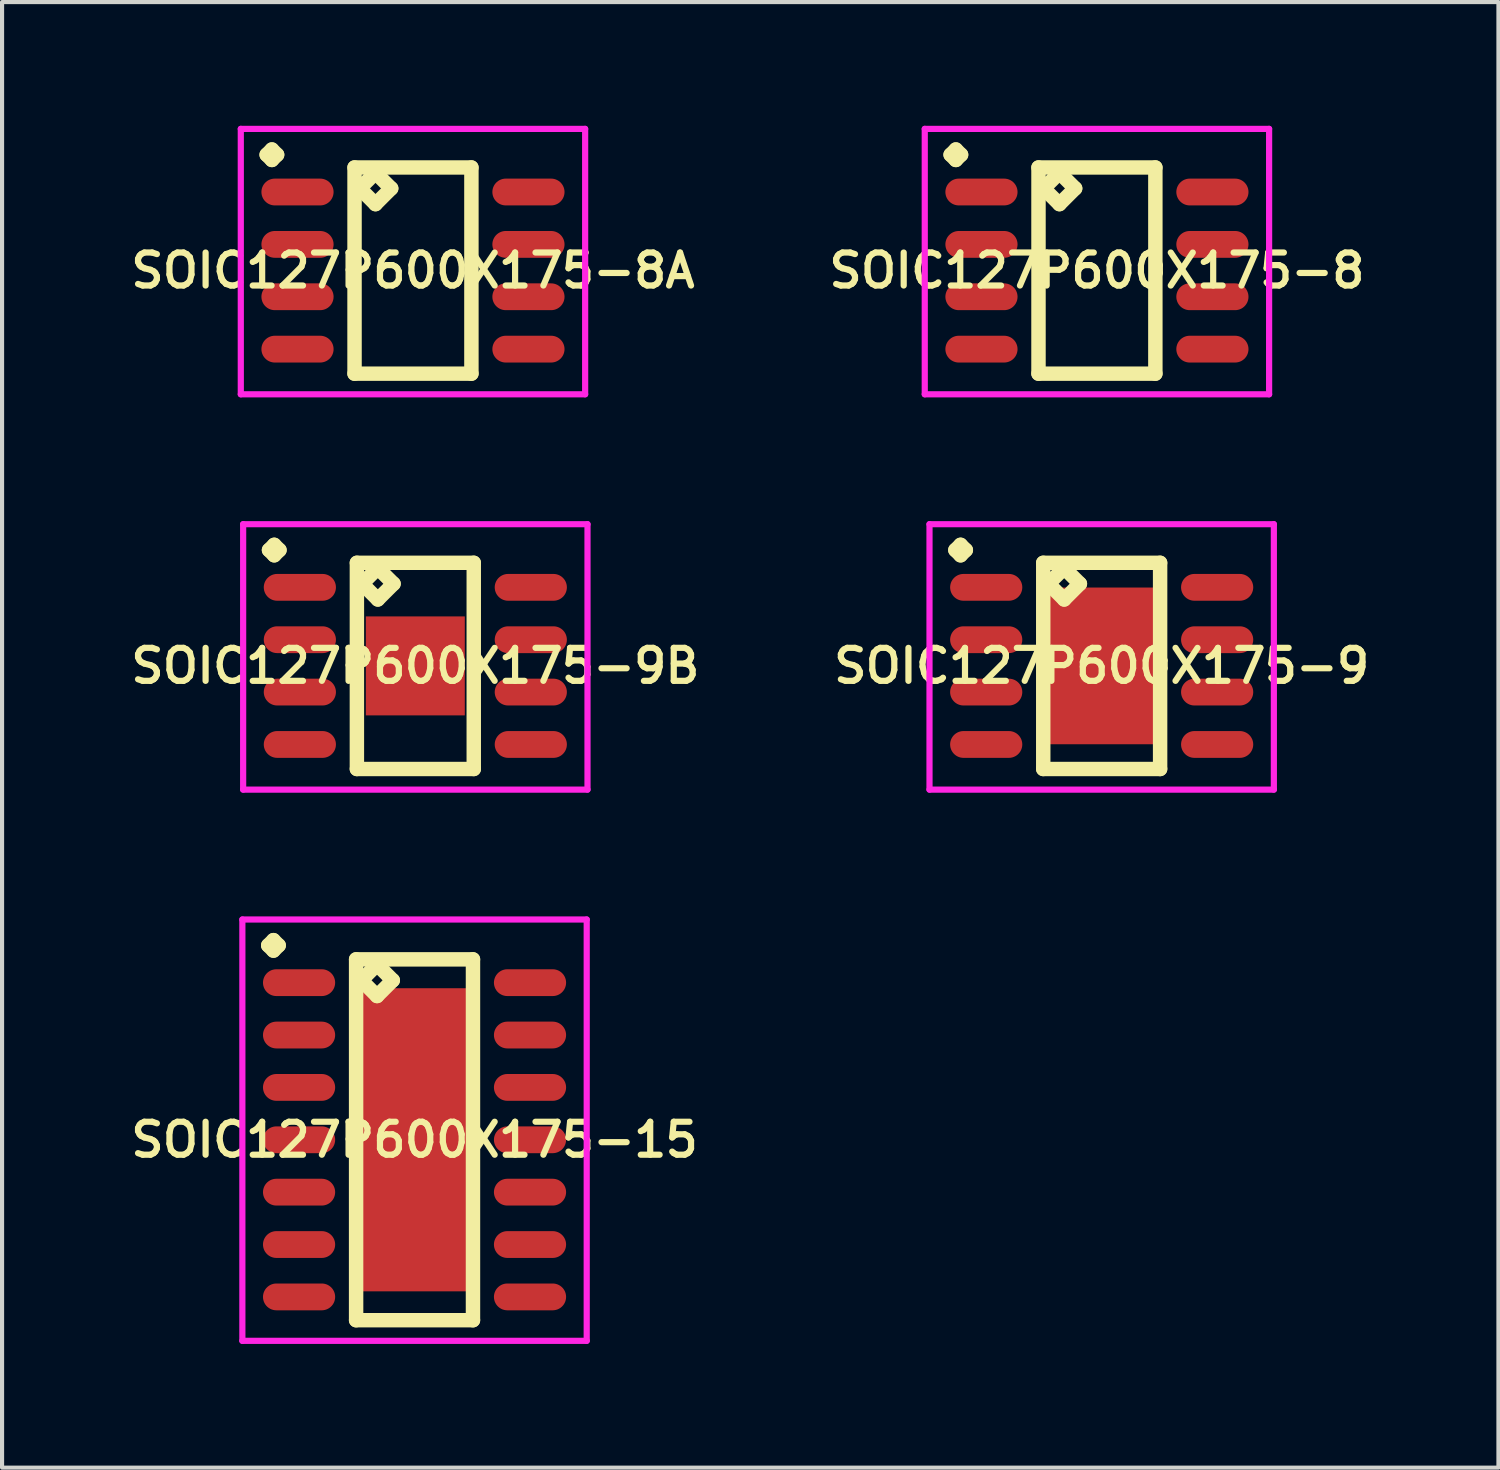
<source format=kicad_pcb>
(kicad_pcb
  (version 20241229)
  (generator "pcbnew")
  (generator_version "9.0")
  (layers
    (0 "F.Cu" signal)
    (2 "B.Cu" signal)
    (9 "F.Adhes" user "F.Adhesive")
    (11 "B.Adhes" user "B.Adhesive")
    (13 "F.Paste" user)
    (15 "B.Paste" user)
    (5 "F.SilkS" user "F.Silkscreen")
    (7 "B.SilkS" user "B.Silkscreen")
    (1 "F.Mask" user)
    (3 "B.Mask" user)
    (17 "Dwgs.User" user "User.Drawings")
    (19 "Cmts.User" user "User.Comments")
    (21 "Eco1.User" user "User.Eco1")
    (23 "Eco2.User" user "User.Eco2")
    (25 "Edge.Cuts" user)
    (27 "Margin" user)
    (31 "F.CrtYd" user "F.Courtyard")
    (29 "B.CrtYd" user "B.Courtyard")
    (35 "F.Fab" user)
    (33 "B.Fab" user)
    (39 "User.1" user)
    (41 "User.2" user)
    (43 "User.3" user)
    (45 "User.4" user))
  (footprint "SOIC127P600X175-15"
    (layer "F.Cu")
    (at 7.002 24.588)
    (property "Reference" "SOIC127P600X175-15" (at 0 0 0) (layer "F.SilkS") (effects (font (size 0.8 0.8) (thickness 0.15))))
    (attr through_hole)
    (fp_line (start -3.548 -4.714) (end -3.421 -4.841) (stroke (width 0.35) (type solid)) (layer "F.SilkS"))
    (fp_line (start -3.421 -4.841) (end -3.294 -4.714) (stroke (width 0.35) (type solid)) (layer "F.SilkS"))
    (fp_line (start -3.421 -4.587) (end -3.548 -4.714) (stroke (width 0.35) (type solid)) (layer "F.SilkS"))
    (fp_line (start -3.294 -4.714) (end -3.421 -4.587) (stroke (width 0.35) (type solid)) (layer "F.SilkS"))
    (fp_line (start -1.417 -4.375) (end -1.417 4.375) (stroke (width 0.35) (type solid)) (layer "F.SilkS"))
    (fp_line (start -1.417 4.375) (end 1.417 4.375) (stroke (width 0.35) (type solid)) (layer "F.SilkS"))
    (fp_line (start -1.29 -3.867) (end -0.909 -4.248) (stroke (width 0.35) (type solid)) (layer "F.SilkS"))
    (fp_line (start -0.909 -4.248) (end -0.528 -3.867) (stroke (width 0.35) (type solid)) (layer "F.SilkS"))
    (fp_line (start -0.909 -3.486) (end -1.29 -3.867) (stroke (width 0.35) (type solid)) (layer "F.SilkS"))
    (fp_line (start -0.528 -3.867) (end -0.909 -3.486) (stroke (width 0.35) (type solid)) (layer "F.SilkS"))
    (fp_line (start 1.417 -4.375) (end -1.417 -4.375) (stroke (width 0.35) (type solid)) (layer "F.SilkS"))
    (fp_line (start 1.417 4.375) (end 1.417 -4.375) (stroke (width 0.35) (type solid)) (layer "F.SilkS"))
    (fp_line (start -4.175 -5.341) (end 4.175 -5.341) (stroke (width 0.15) (type solid)) (layer "F.CrtYd"))
    (fp_line (start -4.175 4.875) (end -4.175 -5.341) (stroke (width 0.15) (type solid)) (layer "F.CrtYd"))
    (fp_line (start 4.175 -5.341) (end 4.175 4.875) (stroke (width 0.15) (type solid)) (layer "F.CrtYd"))
    (fp_line (start 4.175 4.875) (end -4.175 4.875) (stroke (width 0.15) (type solid)) (layer "F.CrtYd"))
    (pad "1" smd oval (at -2.8 -3.81) (size 1.75 0.65) (layers "F.Cu" "F.Mask" "F.Paste"))
    (pad "2" smd oval (at -2.8 -2.54) (size 1.75 0.65) (layers "F.Cu" "F.Mask" "F.Paste"))
    (pad "3" smd oval (at -2.8 -1.27) (size 1.75 0.65) (layers "F.Cu" "F.Mask" "F.Paste"))
    (pad "4" smd oval (at -2.8 0) (size 1.75 0.65) (layers "F.Cu" "F.Mask" "F.Paste"))
    (pad "5" smd oval (at -2.8 1.27) (size 1.75 0.65) (layers "F.Cu" "F.Mask" "F.Paste"))
    (pad "6" smd oval (at -2.8 2.54) (size 1.75 0.65) (layers "F.Cu" "F.Mask" "F.Paste"))
    (pad "7" smd oval (at -2.8 3.81) (size 1.75 0.65) (layers "F.Cu" "F.Mask" "F.Paste"))
    (pad "8" smd oval (at 2.8 3.81) (size 1.75 0.65) (layers "F.Cu" "F.Mask" "F.Paste"))
    (pad "9" smd oval (at 2.8 2.54) (size 1.75 0.65) (layers "F.Cu" "F.Mask" "F.Paste"))
    (pad "10" smd oval (at 2.8 1.27) (size 1.75 0.65) (layers "F.Cu" "F.Mask" "F.Paste"))
    (pad "11" smd oval (at 2.8 0) (size 1.75 0.65) (layers "F.Cu" "F.Mask" "F.Paste"))
    (pad "12" smd oval (at 2.8 -1.27) (size 1.75 0.65) (layers "F.Cu" "F.Mask" "F.Paste"))
    (pad "13" smd oval (at 2.8 -2.54) (size 1.75 0.65) (layers "F.Cu" "F.Mask" "F.Paste"))
    (pad "14" smd oval (at 2.8 -3.81) (size 1.75 0.65) (layers "F.Cu" "F.Mask" "F.Paste"))
    (pad "15" smd rect (at 0 0) (size 2.75 7.35) (layers "F.Cu" "F.Mask" "F.Paste")))
  (footprint "SOIC127P600X175-8A"
    (layer "F.Cu")
    (at 6.964 3.511)
    (property "Reference" "SOIC127P600X175-8A" (at 0 0 0) (layer "F.SilkS") (effects (font (size 0.8 0.8) (thickness 0.15))))
    (attr through_hole)
    (fp_line (start -3.548 -2.809) (end -3.421 -2.936) (stroke (width 0.35) (type solid)) (layer "F.SilkS"))
    (fp_line (start -3.421 -2.936) (end -3.294 -2.809) (stroke (width 0.35) (type solid)) (layer "F.SilkS"))
    (fp_line (start -3.421 -2.682) (end -3.548 -2.809) (stroke (width 0.35) (type solid)) (layer "F.SilkS"))
    (fp_line (start -3.294 -2.809) (end -3.421 -2.682) (stroke (width 0.35) (type solid)) (layer "F.SilkS"))
    (fp_line (start -1.417 -2.5) (end -1.417 2.5) (stroke (width 0.35) (type solid)) (layer "F.SilkS"))
    (fp_line (start -1.417 2.5) (end 1.417 2.5) (stroke (width 0.35) (type solid)) (layer "F.SilkS"))
    (fp_line (start -1.29 -1.992) (end -0.909 -2.373) (stroke (width 0.35) (type solid)) (layer "F.SilkS"))
    (fp_line (start -0.909 -2.373) (end -0.528 -1.992) (stroke (width 0.35) (type solid)) (layer "F.SilkS"))
    (fp_line (start -0.909 -1.611) (end -1.29 -1.992) (stroke (width 0.35) (type solid)) (layer "F.SilkS"))
    (fp_line (start -0.528 -1.992) (end -0.909 -1.611) (stroke (width 0.35) (type solid)) (layer "F.SilkS"))
    (fp_line (start 1.417 -2.5) (end -1.417 -2.5) (stroke (width 0.35) (type solid)) (layer "F.SilkS"))
    (fp_line (start 1.417 2.5) (end 1.417 -2.5) (stroke (width 0.35) (type solid)) (layer "F.SilkS"))
    (fp_line (start -4.175 -3.436) (end 4.175 -3.436) (stroke (width 0.15) (type solid)) (layer "F.CrtYd"))
    (fp_line (start -4.175 3) (end -4.175 -3.436) (stroke (width 0.15) (type solid)) (layer "F.CrtYd"))
    (fp_line (start 4.175 -3.436) (end 4.175 3) (stroke (width 0.15) (type solid)) (layer "F.CrtYd"))
    (fp_line (start 4.175 3) (end -4.175 3) (stroke (width 0.15) (type solid)) (layer "F.CrtYd"))
    (pad "1" smd oval (at -2.8 -1.905) (size 1.75 0.65) (layers "F.Cu" "F.Mask" "F.Paste"))
    (pad "2" smd oval (at -2.8 -0.635) (size 1.75 0.65) (layers "F.Cu" "F.Mask" "F.Paste"))
    (pad "3" smd oval (at -2.8 0.635) (size 1.75 0.65) (layers "F.Cu" "F.Mask" "F.Paste"))
    (pad "4" smd oval (at -2.8 1.905) (size 1.75 0.65) (layers "F.Cu" "F.Mask" "F.Paste"))
    (pad "5" smd oval (at 2.8 1.905) (size 1.75 0.65) (layers "F.Cu" "F.Mask" "F.Paste"))
    (pad "6" smd oval (at 2.8 0.635) (size 1.75 0.65) (layers "F.Cu" "F.Mask" "F.Paste"))
    (pad "7" smd oval (at 2.8 -0.635) (size 1.75 0.65) (layers "F.Cu" "F.Mask" "F.Paste"))
    (pad "8" smd oval (at 2.8 -1.905) (size 1.75 0.65) (layers "F.Cu" "F.Mask" "F.Paste")))
  (footprint "SOIC127P600X175-8"
    (layer "F.Cu")
    (at 23.549 3.511)
    (property "Reference" "SOIC127P600X175-8" (at 0 0 0) (layer "F.SilkS") (effects (font (size 0.8 0.8) (thickness 0.15))))
    (attr smd)
    (fp_line (start -3.548 -2.809) (end -3.421 -2.936) (stroke (width 0.35) (type solid)) (layer "F.SilkS"))
    (fp_line (start -3.421 -2.936) (end -3.294 -2.809) (stroke (width 0.35) (type solid)) (layer "F.SilkS"))
    (fp_line (start -3.421 -2.682) (end -3.548 -2.809) (stroke (width 0.35) (type solid)) (layer "F.SilkS"))
    (fp_line (start -3.294 -2.809) (end -3.421 -2.682) (stroke (width 0.35) (type solid)) (layer "F.SilkS"))
    (fp_line (start -1.417 -2.5) (end -1.417 2.5) (stroke (width 0.35) (type solid)) (layer "F.SilkS"))
    (fp_line (start -1.417 2.5) (end 1.417 2.5) (stroke (width 0.35) (type solid)) (layer "F.SilkS"))
    (fp_line (start -1.29 -1.992) (end -0.909 -2.373) (stroke (width 0.35) (type solid)) (layer "F.SilkS"))
    (fp_line (start -0.909 -2.373) (end -0.528 -1.992) (stroke (width 0.35) (type solid)) (layer "F.SilkS"))
    (fp_line (start -0.909 -1.611) (end -1.29 -1.992) (stroke (width 0.35) (type solid)) (layer "F.SilkS"))
    (fp_line (start -0.528 -1.992) (end -0.909 -1.611) (stroke (width 0.35) (type solid)) (layer "F.SilkS"))
    (fp_line (start 1.417 -2.5) (end -1.417 -2.5) (stroke (width 0.35) (type solid)) (layer "F.SilkS"))
    (fp_line (start 1.417 2.5) (end 1.417 -2.5) (stroke (width 0.35) (type solid)) (layer "F.SilkS"))
    (fp_line (start -4.175 -3.436) (end 4.175 -3.436) (stroke (width 0.15) (type solid)) (layer "F.CrtYd"))
    (fp_line (start -4.175 3) (end -4.175 -3.436) (stroke (width 0.15) (type solid)) (layer "F.CrtYd"))
    (fp_line (start 4.175 -3.436) (end 4.175 3) (stroke (width 0.15) (type solid)) (layer "F.CrtYd"))
    (fp_line (start 4.175 3) (end -4.175 3) (stroke (width 0.15) (type solid)) (layer "F.CrtYd"))
    (pad "1" smd oval (at -2.8 -1.905) (size 1.75 0.65) (layers "F.Cu" "F.Mask" "F.Paste"))
    (pad "2" smd oval (at -2.8 -0.635) (size 1.75 0.65) (layers "F.Cu" "F.Mask" "F.Paste"))
    (pad "3" smd oval (at -2.8 0.635) (size 1.75 0.65) (layers "F.Cu" "F.Mask" "F.Paste"))
    (pad "4" smd oval (at -2.8 1.905) (size 1.75 0.65) (layers "F.Cu" "F.Mask" "F.Paste"))
    (pad "5" smd oval (at 2.8 1.905) (size 1.75 0.65) (layers "F.Cu" "F.Mask" "F.Paste"))
    (pad "6" smd oval (at 2.8 0.635) (size 1.75 0.65) (layers "F.Cu" "F.Mask" "F.Paste"))
    (pad "7" smd oval (at 2.8 -0.635) (size 1.75 0.65) (layers "F.Cu" "F.Mask" "F.Paste"))
    (pad "8" smd oval (at 2.8 -1.905) (size 1.75 0.65) (layers "F.Cu" "F.Mask" "F.Paste")))
  (footprint "SOIC127P600X175-9B"
    (layer "F.Cu")
    (at 7.021 13.097)
    (property "Reference" "SOIC127P600X175-9B" (at 0 0 0) (layer "F.SilkS") (effects (font (size 0.8 0.8) (thickness 0.15))))
    (attr smd)
    (fp_line (start -3.548 -2.809) (end -3.421 -2.936) (stroke (width 0.35) (type solid)) (layer "F.SilkS"))
    (fp_line (start -3.421 -2.936) (end -3.294 -2.809) (stroke (width 0.35) (type solid)) (layer "F.SilkS"))
    (fp_line (start -3.421 -2.682) (end -3.548 -2.809) (stroke (width 0.35) (type solid)) (layer "F.SilkS"))
    (fp_line (start -3.294 -2.809) (end -3.421 -2.682) (stroke (width 0.35) (type solid)) (layer "F.SilkS"))
    (fp_line (start -1.417 -2.5) (end -1.417 2.5) (stroke (width 0.35) (type solid)) (layer "F.SilkS"))
    (fp_line (start -1.417 2.5) (end 1.417 2.5) (stroke (width 0.35) (type solid)) (layer "F.SilkS"))
    (fp_line (start -1.29 -1.992) (end -0.909 -2.373) (stroke (width 0.35) (type solid)) (layer "F.SilkS"))
    (fp_line (start -0.909 -2.373) (end -0.528 -1.992) (stroke (width 0.35) (type solid)) (layer "F.SilkS"))
    (fp_line (start -0.909 -1.611) (end -1.29 -1.992) (stroke (width 0.35) (type solid)) (layer "F.SilkS"))
    (fp_line (start -0.528 -1.992) (end -0.909 -1.611) (stroke (width 0.35) (type solid)) (layer "F.SilkS"))
    (fp_line (start 1.417 -2.5) (end -1.417 -2.5) (stroke (width 0.35) (type solid)) (layer "F.SilkS"))
    (fp_line (start 1.417 2.5) (end 1.417 -2.5) (stroke (width 0.35) (type solid)) (layer "F.SilkS"))
    (fp_line (start -4.175 -3.436) (end 4.175 -3.436) (stroke (width 0.15) (type solid)) (layer "F.CrtYd"))
    (fp_line (start -4.175 3) (end -4.175 -3.436) (stroke (width 0.15) (type solid)) (layer "F.CrtYd"))
    (fp_line (start 4.175 -3.436) (end 4.175 3) (stroke (width 0.15) (type solid)) (layer "F.CrtYd"))
    (fp_line (start 4.175 3) (end -4.175 3) (stroke (width 0.15) (type solid)) (layer "F.CrtYd"))
    (pad "1" smd oval (at -2.8 -1.905) (size 1.75 0.65) (layers "F.Cu" "F.Mask" "F.Paste"))
    (pad "2" smd oval (at -2.8 -0.635) (size 1.75 0.65) (layers "F.Cu" "F.Mask" "F.Paste"))
    (pad "3" smd oval (at -2.8 0.635) (size 1.75 0.65) (layers "F.Cu" "F.Mask" "F.Paste"))
    (pad "4" smd oval (at -2.8 1.905) (size 1.75 0.65) (layers "F.Cu" "F.Mask" "F.Paste"))
    (pad "5" smd oval (at 2.8 1.905) (size 1.75 0.65) (layers "F.Cu" "F.Mask" "F.Paste"))
    (pad "6" smd oval (at 2.8 0.635) (size 1.75 0.65) (layers "F.Cu" "F.Mask" "F.Paste"))
    (pad "7" smd oval (at 2.8 -0.635) (size 1.75 0.65) (layers "F.Cu" "F.Mask" "F.Paste"))
    (pad "8" smd oval (at 2.8 -1.905) (size 1.75 0.65) (layers "F.Cu" "F.Mask" "F.Paste"))
    (pad "9" smd rect (at 0 0) (size 2.4 2.4) (layers "F.Cu" "F.Mask" "F.Paste")))
  (footprint "SOIC127P600X175-9"
    (layer "F.Cu")
    (at 23.664 13.097)
    (property "Reference" "SOIC127P600X175-9" (at 0 0 0) (layer "F.SilkS") (effects (font (size 0.8 0.8) (thickness 0.15))))
    (attr smd)
    (fp_line (start -3.548 -2.809) (end -3.421 -2.936) (stroke (width 0.35) (type solid)) (layer "F.SilkS"))
    (fp_line (start -3.421 -2.936) (end -3.294 -2.809) (stroke (width 0.35) (type solid)) (layer "F.SilkS"))
    (fp_line (start -3.421 -2.682) (end -3.548 -2.809) (stroke (width 0.35) (type solid)) (layer "F.SilkS"))
    (fp_line (start -3.294 -2.809) (end -3.421 -2.682) (stroke (width 0.35) (type solid)) (layer "F.SilkS"))
    (fp_line (start -1.417 -2.5) (end -1.417 2.5) (stroke (width 0.35) (type solid)) (layer "F.SilkS"))
    (fp_line (start -1.417 2.5) (end 1.417 2.5) (stroke (width 0.35) (type solid)) (layer "F.SilkS"))
    (fp_line (start -1.29 -1.992) (end -0.909 -2.373) (stroke (width 0.35) (type solid)) (layer "F.SilkS"))
    (fp_line (start -0.909 -2.373) (end -0.528 -1.992) (stroke (width 0.35) (type solid)) (layer "F.SilkS"))
    (fp_line (start -0.909 -1.611) (end -1.29 -1.992) (stroke (width 0.35) (type solid)) (layer "F.SilkS"))
    (fp_line (start -0.528 -1.992) (end -0.909 -1.611) (stroke (width 0.35) (type solid)) (layer "F.SilkS"))
    (fp_line (start 1.417 -2.5) (end -1.417 -2.5) (stroke (width 0.35) (type solid)) (layer "F.SilkS"))
    (fp_line (start 1.417 2.5) (end 1.417 -2.5) (stroke (width 0.35) (type solid)) (layer "F.SilkS"))
    (fp_line (start -4.175 -3.436) (end 4.175 -3.436) (stroke (width 0.15) (type solid)) (layer "F.CrtYd"))
    (fp_line (start -4.175 3) (end -4.175 -3.436) (stroke (width 0.15) (type solid)) (layer "F.CrtYd"))
    (fp_line (start 4.175 -3.436) (end 4.175 3) (stroke (width 0.15) (type solid)) (layer "F.CrtYd"))
    (fp_line (start 4.175 3) (end -4.175 3) (stroke (width 0.15) (type solid)) (layer "F.CrtYd"))
    (pad "1" smd oval (at -2.8 -1.905) (size 1.75 0.65) (layers "F.Cu" "F.Mask" "F.Paste"))
    (pad "2" smd oval (at -2.8 -0.635) (size 1.75 0.65) (layers "F.Cu" "F.Mask" "F.Paste"))
    (pad "3" smd oval (at -2.8 0.635) (size 1.75 0.65) (layers "F.Cu" "F.Mask" "F.Paste"))
    (pad "4" smd oval (at -2.8 1.905) (size 1.75 0.65) (layers "F.Cu" "F.Mask" "F.Paste"))
    (pad "5" smd oval (at 2.8 1.905) (size 1.75 0.65) (layers "F.Cu" "F.Mask" "F.Paste"))
    (pad "6" smd oval (at 2.8 0.635) (size 1.75 0.65) (layers "F.Cu" "F.Mask" "F.Paste"))
    (pad "7" smd oval (at 2.8 -0.635) (size 1.75 0.65) (layers "F.Cu" "F.Mask" "F.Paste"))
    (pad "8" smd oval (at 2.8 -1.905) (size 1.75 0.65) (layers "F.Cu" "F.Mask" "F.Paste"))
    (pad "9" smd rect (at 0 0) (size 2.75 3.8) (layers "F.Cu" "F.Mask" "F.Paste")))
  (gr_rect
    (start -3 -3)
    (end 33.285 32.538)
    (stroke (width 0.1) (type default))
    (fill no)
    (layer "Edge.Cuts")))
</source>
